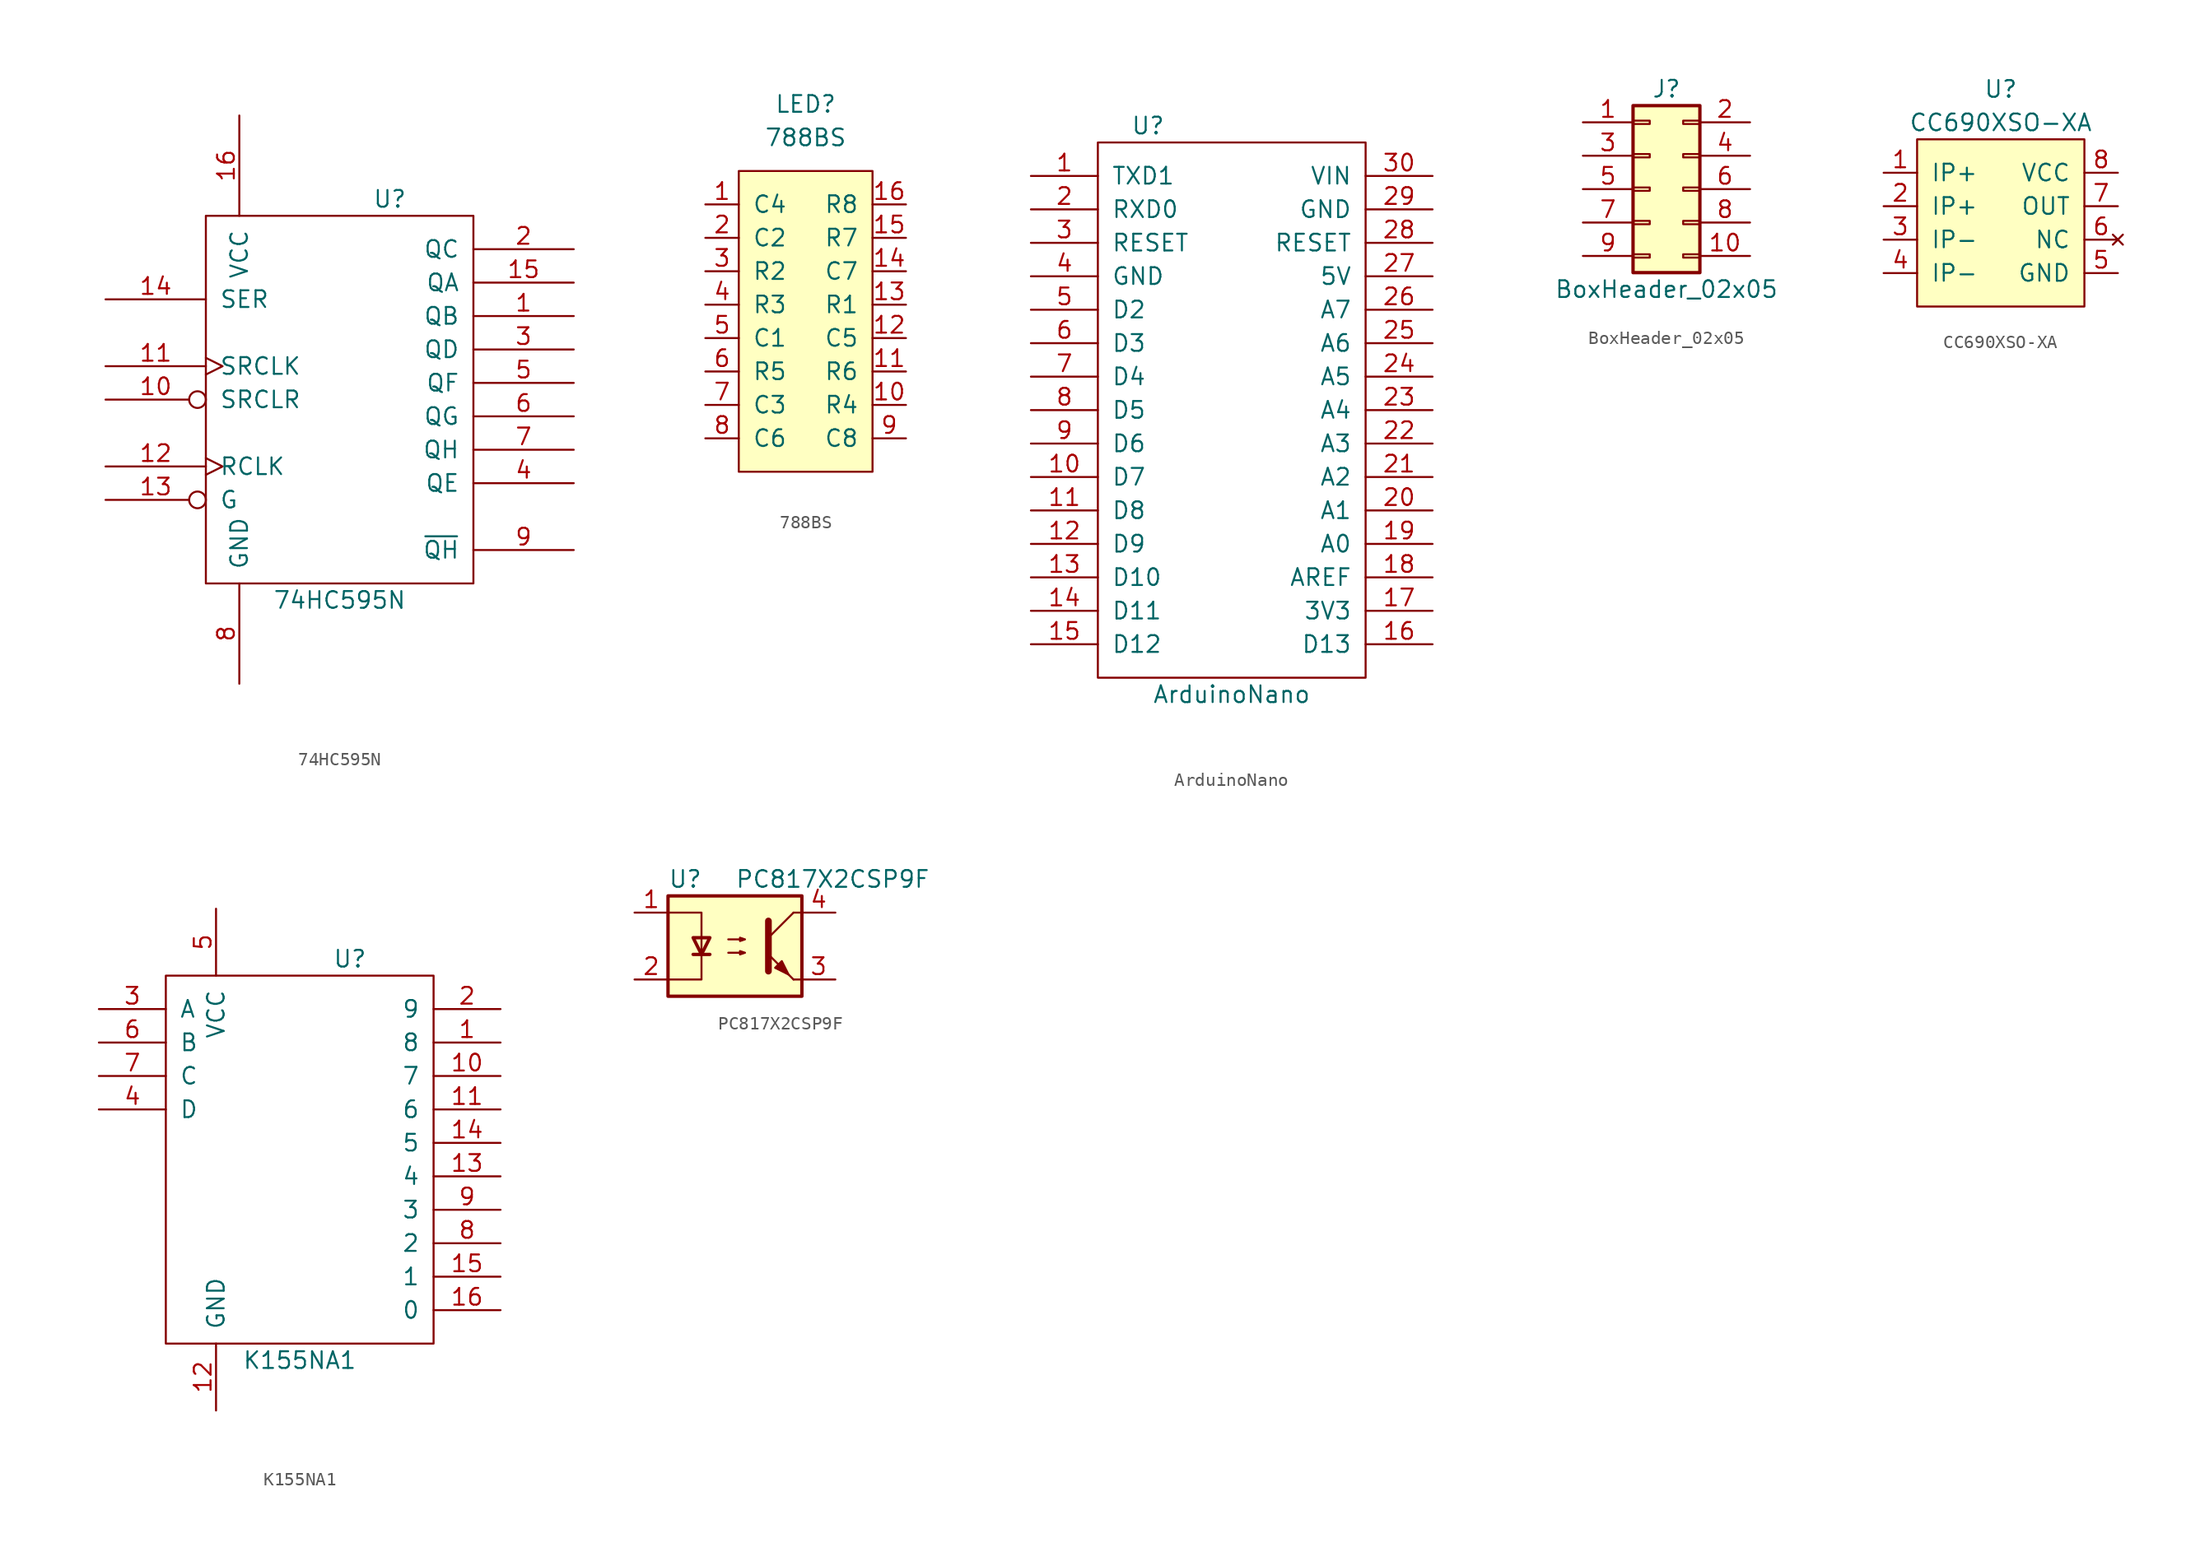
<source format=kicad_sym>
(kicad_symbol_lib
  (version 20241209)
  (generator "kicad_symbol_editor")
  (generator_version "8.99")
  (symbol "74HC595N"
    (pin_names
      (offset 1.016))
    (property "Reference" "U"
      (at 3.81 15.24 0)
      (effects (font (size 1.27 1.27))))
    (property "Value" "74HC595N"
      (at 0 -15.24 0)
      (effects (font (size 1.27 1.27))))
    (symbol "74HC595N_0_1"
      (rectangle (start -10.16 -13.97) (end 10.16 13.97) (stroke (width 0) (type solid)) (fill (type none))))
    (symbol "74HC595N_1_1"
      (pin input line (at -17.78 7.62 0) (length 7.62) (name "SER" (effects (font (size 1.27 1.27)))) (number "14" (effects (font (size 1.27 1.27)))))
      (pin input clock (at -17.78 2.54 0) (length 7.62) (name "SRCLK" (effects (font (size 1.27 1.27)))) (number "11" (effects (font (size 1.27 1.27)))))
      (pin input inverted (at -17.78 0 0) (length 7.62) (name "SRCLR" (effects (font (size 1.27 1.27)))) (number "10" (effects (font (size 1.27 1.27)))))
      (pin input clock (at -17.78 -5.08 0) (length 7.62) (name "RCLK" (effects (font (size 1.27 1.27)))) (number "12" (effects (font (size 1.27 1.27)))))
      (pin input inverted (at -17.78 -7.62 0) (length 7.62) (name "G" (effects (font (size 1.27 1.27)))) (number "13" (effects (font (size 1.27 1.27)))))
      (pin power_in line (at -7.62 21.59 270) (length 7.62) (name "VCC" (effects (font (size 1.27 1.27)))) (number "16" (effects (font (size 1.27 1.27)))))
      (pin power_in line (at -7.62 -21.59 90) (length 7.62) (name "GND" (effects (font (size 1.27 1.27)))) (number "8" (effects (font (size 1.27 1.27)))))
      (pin tri_state line (at 17.78 11.43 180) (length 7.62) (name "QC" (effects (font (size 1.27 1.27)))) (number "2" (effects (font (size 1.27 1.27)))))
      (pin tri_state line (at 17.78 8.89 180) (length 7.62) (name "QA" (effects (font (size 1.27 1.27)))) (number "15" (effects (font (size 1.27 1.27)))))
      (pin tri_state line (at 17.78 6.35 180) (length 7.62) (name "QB" (effects (font (size 1.27 1.27)))) (number "1" (effects (font (size 1.27 1.27)))))
      (pin tri_state line (at 17.78 3.81 180) (length 7.62) (name "QD" (effects (font (size 1.27 1.27)))) (number "3" (effects (font (size 1.27 1.27)))))
      (pin tri_state line (at 17.78 1.27 180) (length 7.62) (name "QF" (effects (font (size 1.27 1.27)))) (number "5" (effects (font (size 1.27 1.27)))))
      (pin tri_state line (at 17.78 -1.27 180) (length 7.62) (name "QG" (effects (font (size 1.27 1.27)))) (number "6" (effects (font (size 1.27 1.27)))))
      (pin tri_state line (at 17.78 -3.81 180) (length 7.62) (name "QH" (effects (font (size 1.27 1.27)))) (number "7" (effects (font (size 1.27 1.27)))))
      (pin tri_state line (at 17.78 -6.35 180) (length 7.62) (name "QE" (effects (font (size 1.27 1.27)))) (number "4" (effects (font (size 1.27 1.27)))))
      (pin output line (at 17.78 -11.43 180) (length 7.62) (name "~{QH}" (effects (font (size 1.27 1.27)))) (number "9" (effects (font (size 1.27 1.27)))))))
  (symbol "788BS"
    (pin_names
      (offset 1.016))
    (property "Reference" "LED"
      (at 0 16.51 0)
      (effects (font (size 1.27 1.27))))
    (property "Value" "788BS"
      (at 0 13.97 0)
      (effects (font (size 1.27 1.27))))
    (symbol "788BS_0_1"
      (rectangle (start -5.08 11.43) (end 5.08 -11.43) (stroke (width 0) (type solid)) (fill (type background))))
    (symbol "788BS_1_1"
      (pin input line (at -7.62 8.89 0) (length 2.54) (name "C4" (effects (font (size 1.27 1.27)))) (number "1" (effects (font (size 1.27 1.27)))))
      (pin input line (at -7.62 6.35 0) (length 2.54) (name "C2" (effects (font (size 1.27 1.27)))) (number "2" (effects (font (size 1.27 1.27)))))
      (pin input line (at -7.62 3.81 0) (length 2.54) (name "R2" (effects (font (size 1.27 1.27)))) (number "3" (effects (font (size 1.27 1.27)))))
      (pin input line (at -7.62 1.27 0) (length 2.54) (name "R3" (effects (font (size 1.27 1.27)))) (number "4" (effects (font (size 1.27 1.27)))))
      (pin input line (at -7.62 -1.27 0) (length 2.54) (name "C1" (effects (font (size 1.27 1.27)))) (number "5" (effects (font (size 1.27 1.27)))))
      (pin input line (at -7.62 -3.81 0) (length 2.54) (name "R5" (effects (font (size 1.27 1.27)))) (number "6" (effects (font (size 1.27 1.27)))))
      (pin input line (at -7.62 -6.35 0) (length 2.54) (name "C3" (effects (font (size 1.27 1.27)))) (number "7" (effects (font (size 1.27 1.27)))))
      (pin input line (at -7.62 -8.89 0) (length 2.54) (name "C6" (effects (font (size 1.27 1.27)))) (number "8" (effects (font (size 1.27 1.27)))))
      (pin input line (at 7.62 8.89 180) (length 2.54) (name "R8" (effects (font (size 1.27 1.27)))) (number "16" (effects (font (size 1.27 1.27)))))
      (pin input line (at 7.62 6.35 180) (length 2.54) (name "R7" (effects (font (size 1.27 1.27)))) (number "15" (effects (font (size 1.27 1.27)))))
      (pin input line (at 7.62 3.81 180) (length 2.54) (name "C7" (effects (font (size 1.27 1.27)))) (number "14" (effects (font (size 1.27 1.27)))))
      (pin input line (at 7.62 1.27 180) (length 2.54) (name "R1" (effects (font (size 1.27 1.27)))) (number "13" (effects (font (size 1.27 1.27)))))
      (pin input line (at 7.62 -1.27 180) (length 2.54) (name "C5" (effects (font (size 1.27 1.27)))) (number "12" (effects (font (size 1.27 1.27)))))
      (pin input line (at 7.62 -3.81 180) (length 2.54) (name "R6" (effects (font (size 1.27 1.27)))) (number "11" (effects (font (size 1.27 1.27)))))
      (pin input line (at 7.62 -6.35 180) (length 2.54) (name "R4" (effects (font (size 1.27 1.27)))) (number "10" (effects (font (size 1.27 1.27)))))
      (pin input line (at 7.62 -8.89 180) (length 2.54) (name "C8" (effects (font (size 1.27 1.27)))) (number "9" (effects (font (size 1.27 1.27)))))))
  (symbol "ArduinoNano"
    (pin_names
      (offset 1.016))
    (property "Reference" "U"
      (at -6.35 15.24 0)
      (effects (font (size 1.27 1.27))))
    (property "Value" "ArduinoNano"
      (at 0 -27.94 0)
      (effects (font (size 1.27 1.27))))
    (symbol "ArduinoNano_0_1"
      (rectangle (start -10.16 -26.67) (end 10.16 13.97) (stroke (width 0) (type solid)) (fill (type none))))
    (symbol "ArduinoNano_1_1"
      (pin bidirectional line (at -15.24 11.43 0) (length 5.08) (name "TXD1" (effects (font (size 1.27 1.27)))) (number "1" (effects (font (size 1.27 1.27)))))
      (pin bidirectional line (at -15.24 8.89 0) (length 5.08) (name "RXD0" (effects (font (size 1.27 1.27)))) (number "2" (effects (font (size 1.27 1.27)))))
      (pin input line (at -15.24 6.35 0) (length 5.08) (name "RESET" (effects (font (size 1.27 1.27)))) (number "3" (effects (font (size 1.27 1.27)))))
      (pin power_in line (at -15.24 3.81 0) (length 5.08) (name "GND" (effects (font (size 1.27 1.27)))) (number "4" (effects (font (size 1.27 1.27)))))
      (pin bidirectional line (at -15.24 1.27 0) (length 5.08) (name "D2" (effects (font (size 1.27 1.27)))) (number "5" (effects (font (size 1.27 1.27)))))
      (pin bidirectional line (at -15.24 -1.27 0) (length 5.08) (name "D3" (effects (font (size 1.27 1.27)))) (number "6" (effects (font (size 1.27 1.27)))))
      (pin bidirectional line (at -15.24 -3.81 0) (length 5.08) (name "D4" (effects (font (size 1.27 1.27)))) (number "7" (effects (font (size 1.27 1.27)))))
      (pin bidirectional line (at -15.24 -6.35 0) (length 5.08) (name "D5" (effects (font (size 1.27 1.27)))) (number "8" (effects (font (size 1.27 1.27)))))
      (pin bidirectional line (at -15.24 -8.89 0) (length 5.08) (name "D6" (effects (font (size 1.27 1.27)))) (number "9" (effects (font (size 1.27 1.27)))))
      (pin bidirectional line (at -15.24 -11.43 0) (length 5.08) (name "D7" (effects (font (size 1.27 1.27)))) (number "10" (effects (font (size 1.27 1.27)))))
      (pin bidirectional line (at -15.24 -13.97 0) (length 5.08) (name "D8" (effects (font (size 1.27 1.27)))) (number "11" (effects (font (size 1.27 1.27)))))
      (pin bidirectional line (at -15.24 -16.51 0) (length 5.08) (name "D9" (effects (font (size 1.27 1.27)))) (number "12" (effects (font (size 1.27 1.27)))))
      (pin bidirectional line (at -15.24 -19.05 0) (length 5.08) (name "D10" (effects (font (size 1.27 1.27)))) (number "13" (effects (font (size 1.27 1.27)))))
      (pin bidirectional line (at -15.24 -21.59 0) (length 5.08) (name "D11" (effects (font (size 1.27 1.27)))) (number "14" (effects (font (size 1.27 1.27)))))
      (pin bidirectional line (at -15.24 -24.13 0) (length 5.08) (name "D12" (effects (font (size 1.27 1.27)))) (number "15" (effects (font (size 1.27 1.27)))))
      (pin power_in line (at 15.24 11.43 180) (length 5.08) (name "VIN" (effects (font (size 1.27 1.27)))) (number "30" (effects (font (size 1.27 1.27)))))
      (pin power_in line (at 15.24 8.89 180) (length 5.08) (name "GND" (effects (font (size 1.27 1.27)))) (number "29" (effects (font (size 1.27 1.27)))))
      (pin input line (at 15.24 6.35 180) (length 5.08) (name "RESET" (effects (font (size 1.27 1.27)))) (number "28" (effects (font (size 1.27 1.27)))))
      (pin power_out line (at 15.24 3.81 180) (length 5.08) (name "5V" (effects (font (size 1.27 1.27)))) (number "27" (effects (font (size 1.27 1.27)))))
      (pin input line (at 15.24 1.27 180) (length 5.08) (name "A7" (effects (font (size 1.27 1.27)))) (number "26" (effects (font (size 1.27 1.27)))))
      (pin input line (at 15.24 -1.27 180) (length 5.08) (name "A6" (effects (font (size 1.27 1.27)))) (number "25" (effects (font (size 1.27 1.27)))))
      (pin bidirectional line (at 15.24 -3.81 180) (length 5.08) (name "A5" (effects (font (size 1.27 1.27)))) (number "24" (effects (font (size 1.27 1.27)))))
      (pin bidirectional line (at 15.24 -6.35 180) (length 5.08) (name "A4" (effects (font (size 1.27 1.27)))) (number "23" (effects (font (size 1.27 1.27)))))
      (pin bidirectional line (at 15.24 -8.89 180) (length 5.08) (name "A3" (effects (font (size 1.27 1.27)))) (number "22" (effects (font (size 1.27 1.27)))))
      (pin bidirectional line (at 15.24 -11.43 180) (length 5.08) (name "A2" (effects (font (size 1.27 1.27)))) (number "21" (effects (font (size 1.27 1.27)))))
      (pin bidirectional line (at 15.24 -13.97 180) (length 5.08) (name "A1" (effects (font (size 1.27 1.27)))) (number "20" (effects (font (size 1.27 1.27)))))
      (pin bidirectional line (at 15.24 -16.51 180) (length 5.08) (name "A0" (effects (font (size 1.27 1.27)))) (number "19" (effects (font (size 1.27 1.27)))))
      (pin input line (at 15.24 -19.05 180) (length 5.08) (name "AREF" (effects (font (size 1.27 1.27)))) (number "18" (effects (font (size 1.27 1.27)))))
      (pin power_out line (at 15.24 -21.59 180) (length 5.08) (name "3V3" (effects (font (size 1.27 1.27)))) (number "17" (effects (font (size 1.27 1.27)))))
      (pin bidirectional line (at 15.24 -24.13 180) (length 5.08) (name "D13" (effects (font (size 1.27 1.27)))) (number "16" (effects (font (size 1.27 1.27)))))))
  (symbol "BoxHeader_02x05"
    (pin_names
      (offset 1.016)
      (hide yes))
    (property "Reference" "J"
      (at 1.27 7.62 0)
      (effects (font (size 1.27 1.27))))
    (property "Value" "BoxHeader_02x05"
      (at 1.27 -7.62 0)
      (effects (font (size 1.27 1.27))))
    (symbol "BoxHeader_02x05_1_1"
      (rectangle (start -1.27 6.35) (end 3.81 -6.35) (stroke (width 0.254) (type solid)) (fill (type background)))
      (rectangle (start -1.27 5.207) (end 0 4.953) (stroke (width 0.152) (type solid)) (fill (type none)))
      (rectangle (start -1.27 2.667) (end 0 2.413) (stroke (width 0.152) (type solid)) (fill (type none)))
      (rectangle (start -1.27 0.127) (end 0 -0.127) (stroke (width 0.152) (type solid)) (fill (type none)))
      (rectangle (start -1.27 -2.413) (end 0 -2.667) (stroke (width 0.152) (type solid)) (fill (type none)))
      (rectangle (start -1.27 -4.953) (end 0 -5.207) (stroke (width 0.152) (type solid)) (fill (type none)))
      (rectangle (start 3.81 5.207) (end 2.54 4.953) (stroke (width 0.152) (type solid)) (fill (type none)))
      (rectangle (start 3.81 2.667) (end 2.54 2.413) (stroke (width 0.152) (type solid)) (fill (type none)))
      (rectangle (start 3.81 0.127) (end 2.54 -0.127) (stroke (width 0.152) (type solid)) (fill (type none)))
      (rectangle (start 3.81 -2.413) (end 2.54 -2.667) (stroke (width 0.152) (type solid)) (fill (type none)))
      (rectangle (start 3.81 -4.953) (end 2.54 -5.207) (stroke (width 0.152) (type solid)) (fill (type none)))
      (pin passive line (at -5.08 5.08 0) (length 3.81) (name "Pin_1" (effects (font (size 1.27 1.27)))) (number "1" (effects (font (size 1.27 1.27)))))
      (pin passive line (at -5.08 2.54 0) (length 3.81) (name "Pin_3" (effects (font (size 1.27 1.27)))) (number "3" (effects (font (size 1.27 1.27)))))
      (pin passive line (at -5.08 0 0) (length 3.81) (name "Pin_5" (effects (font (size 1.27 1.27)))) (number "5" (effects (font (size 1.27 1.27)))))
      (pin passive line (at -5.08 -2.54 0) (length 3.81) (name "Pin_7" (effects (font (size 1.27 1.27)))) (number "7" (effects (font (size 1.27 1.27)))))
      (pin passive line (at -5.08 -5.08 0) (length 3.81) (name "Pin_9" (effects (font (size 1.27 1.27)))) (number "9" (effects (font (size 1.27 1.27)))))
      (pin passive line (at 7.62 5.08 180) (length 3.81) (name "Pin_2" (effects (font (size 1.27 1.27)))) (number "2" (effects (font (size 1.27 1.27)))))
      (pin passive line (at 7.62 2.54 180) (length 3.81) (name "Pin_4" (effects (font (size 1.27 1.27)))) (number "4" (effects (font (size 1.27 1.27)))))
      (pin passive line (at 7.62 0 180) (length 3.81) (name "Pin_6" (effects (font (size 1.27 1.27)))) (number "6" (effects (font (size 1.27 1.27)))))
      (pin passive line (at 7.62 -2.54 180) (length 3.81) (name "Pin_8" (effects (font (size 1.27 1.27)))) (number "8" (effects (font (size 1.27 1.27)))))
      (pin passive line (at 7.62 -5.08 180) (length 3.81) (name "Pin_10" (effects (font (size 1.27 1.27)))) (number "10" (effects (font (size 1.27 1.27)))))))
  (symbol "CC690XSO-XA"
    (pin_names
      (offset 1.016))
    (property "Reference" "U"
      (at 0 10.16 0)
      (effects (font (size 1.27 1.27))))
    (property "Value" "CC690XSO-XA"
      (at 0 7.62 0)
      (effects (font (size 1.27 1.27))))
    (symbol "CC690XSO-XA_0_1"
      (rectangle (start -6.35 6.35) (end 6.35 -6.35) (stroke (width 0) (type solid)) (fill (type background))))
    (symbol "CC690XSO-XA_1_1"
      (pin input line (at -8.89 3.81 0) (length 2.54) (name "IP+" (effects (font (size 1.27 1.27)))) (number "1" (effects (font (size 1.27 1.27)))))
      (pin input line (at -8.89 1.27 0) (length 2.54) (name "IP+" (effects (font (size 1.27 1.27)))) (number "2" (effects (font (size 1.27 1.27)))))
      (pin input line (at -8.89 -1.27 0) (length 2.54) (name "IP-" (effects (font (size 1.27 1.27)))) (number "3" (effects (font (size 1.27 1.27)))))
      (pin input line (at -8.89 -3.81 0) (length 2.54) (name "IP-" (effects (font (size 1.27 1.27)))) (number "4" (effects (font (size 1.27 1.27)))))
      (pin power_in line (at 8.89 3.81 180) (length 2.54) (name "VCC" (effects (font (size 1.27 1.27)))) (number "8" (effects (font (size 1.27 1.27)))))
      (pin output line (at 8.89 1.27 180) (length 2.54) (name "OUT" (effects (font (size 1.27 1.27)))) (number "7" (effects (font (size 1.27 1.27)))))
      (pin no_connect line (at 8.89 -1.27 180) (length 2.54) (name "NC" (effects (font (size 1.27 1.27)))) (number "6" (effects (font (size 1.27 1.27)))))
      (pin power_in line (at 8.89 -3.81 180) (length 2.54) (name "GND" (effects (font (size 1.27 1.27)))) (number "5" (effects (font (size 1.27 1.27)))))))
  (symbol "K155NA1"
    (pin_names
      (offset 1.016))
    (property "Reference" "U"
      (at 3.81 15.24 0)
      (effects (font (size 1.27 1.27))))
    (property "Value" "K155NA1"
      (at 0 -15.24 0)
      (effects (font (size 1.27 1.27))))
    (symbol "K155NA1_0_1"
      (rectangle (start -10.16 -13.97) (end 10.16 13.97) (stroke (width 0) (type solid)) (fill (type none))))
    (symbol "K155NA1_1_1"
      (pin input line (at -15.24 11.43 0) (length 5.08) (name "A" (effects (font (size 1.27 1.27)))) (number "3" (effects (font (size 1.27 1.27)))))
      (pin input line (at -15.24 8.89 0) (length 5.08) (name "B" (effects (font (size 1.27 1.27)))) (number "6" (effects (font (size 1.27 1.27)))))
      (pin input line (at -15.24 6.35 0) (length 5.08) (name "C" (effects (font (size 1.27 1.27)))) (number "7" (effects (font (size 1.27 1.27)))))
      (pin input line (at -15.24 3.81 0) (length 5.08) (name "D" (effects (font (size 1.27 1.27)))) (number "4" (effects (font (size 1.27 1.27)))))
      (pin power_in line (at -6.35 19.05 270) (length 5.08) (name "VCC" (effects (font (size 1.27 1.27)))) (number "5" (effects (font (size 1.27 1.27)))))
      (pin power_in line (at -6.35 -19.05 90) (length 5.08) (name "GND" (effects (font (size 1.27 1.27)))) (number "12" (effects (font (size 1.27 1.27)))))
      (pin output line (at 15.24 11.43 180) (length 5.08) (name "9" (effects (font (size 1.27 1.27)))) (number "2" (effects (font (size 1.27 1.27)))))
      (pin output line (at 15.24 8.89 180) (length 5.08) (name "8" (effects (font (size 1.27 1.27)))) (number "1" (effects (font (size 1.27 1.27)))))
      (pin output line (at 15.24 6.35 180) (length 5.08) (name "7" (effects (font (size 1.27 1.27)))) (number "10" (effects (font (size 1.27 1.27)))))
      (pin output line (at 15.24 3.81 180) (length 5.08) (name "6" (effects (font (size 1.27 1.27)))) (number "11" (effects (font (size 1.27 1.27)))))
      (pin output line (at 15.24 1.27 180) (length 5.08) (name "5" (effects (font (size 1.27 1.27)))) (number "14" (effects (font (size 1.27 1.27)))))
      (pin output line (at 15.24 -1.27 180) (length 5.08) (name "4" (effects (font (size 1.27 1.27)))) (number "13" (effects (font (size 1.27 1.27)))))
      (pin output line (at 15.24 -3.81 180) (length 5.08) (name "3" (effects (font (size 1.27 1.27)))) (number "9" (effects (font (size 1.27 1.27)))))
      (pin output line (at 15.24 -6.35 180) (length 5.08) (name "2" (effects (font (size 1.27 1.27)))) (number "8" (effects (font (size 1.27 1.27)))))
      (pin output line (at 15.24 -8.89 180) (length 5.08) (name "1" (effects (font (size 1.27 1.27)))) (number "15" (effects (font (size 1.27 1.27)))))
      (pin output line (at 15.24 -11.43 180) (length 5.08) (name "0" (effects (font (size 1.27 1.27)))) (number "16" (effects (font (size 1.27 1.27)))))))
  (symbol "PC817X2CSP9F"
    (pin_names
      (offset 1.016))
    (property "Reference" "U"
      (at -5.08 5.08 0)
      (effects (font (size 1.27 1.27)) (justify left)))
    (property "Value" "PC817X2CSP9F"
      (at 0 5.08 0)
      (effects (font (size 1.27 1.27)) (justify left)))
    (symbol "PC817X2CSP9F_0_1"
      (rectangle (start -5.08 3.81) (end 5.08 -3.81) (stroke (width 0.254) (type solid)) (fill (type background)))
      (polyline (pts (xy -5.08 2.54) (xy -2.54 2.54) (xy -2.54 -0.635)) (stroke (width 0) (type solid)) (fill (type none)))
      (polyline (pts (xy -3.175 -0.635) (xy -1.905 -0.635)) (stroke (width 0.254) (type solid)) (fill (type none)))
      (polyline (pts (xy -2.54 -0.635) (xy -2.54 -2.54) (xy -5.08 -2.54)) (stroke (width 0) (type solid)) (fill (type none)))
      (polyline (pts (xy -2.54 -0.635) (xy -3.175 0.635) (xy -1.905 0.635) (xy -2.54 -0.635)) (stroke (width 0.254) (type solid)) (fill (type none)))
      (polyline (pts (xy -0.508 0.508) (xy 0.762 0.508) (xy 0.381 0.381) (xy 0.381 0.635) (xy 0.762 0.508)) (stroke (width 0) (type solid)) (fill (type none)))
      (polyline (pts (xy -0.508 -0.508) (xy 0.762 -0.508) (xy 0.381 -0.635) (xy 0.381 -0.381) (xy 0.762 -0.508)) (stroke (width 0) (type solid)) (fill (type none)))
      (polyline (pts (xy 2.54 1.905) (xy 2.54 -1.905) (xy 2.54 -1.905)) (stroke (width 0.508) (type solid)) (fill (type none)))
      (polyline (pts (xy 2.54 0.635) (xy 4.445 2.54)) (stroke (width 0) (type solid)) (fill (type none)))
      (polyline (pts (xy 3.048 -1.651) (xy 3.556 -1.143) (xy 4.064 -2.159) (xy 3.048 -1.651) (xy 3.048 -1.651)) (stroke (width 0) (type solid)) (fill (type outline)))
      (polyline (pts (xy 4.445 2.54) (xy 5.08 2.54)) (stroke (width 0) (type solid)) (fill (type none)))
      (polyline (pts (xy 4.445 -2.54) (xy 2.54 -0.635)) (stroke (width 0) (type solid)) (fill (type outline)))
      (polyline (pts (xy 4.445 -2.54) (xy 5.08 -2.54)) (stroke (width 0) (type solid)) (fill (type none))))
    (symbol "PC817X2CSP9F_1_1"
      (pin passive line (at -7.62 2.54 0) (length 2.54) (name "~" (effects (font (size 1.27 1.27)))) (number "1" (effects (font (size 1.27 1.27)))))
      (pin passive line (at -7.62 -2.54 0) (length 2.54) (name "~" (effects (font (size 1.27 1.27)))) (number "2" (effects (font (size 1.27 1.27)))))
      (pin passive line (at 7.62 2.54 180) (length 2.54) (name "~" (effects (font (size 1.27 1.27)))) (number "4" (effects (font (size 1.27 1.27)))))
      (pin passive line (at 7.62 -2.54 180) (length 2.54) (name "~" (effects (font (size 1.27 1.27)))) (number "3" (effects (font (size 1.27 1.27))))))))
</source>
